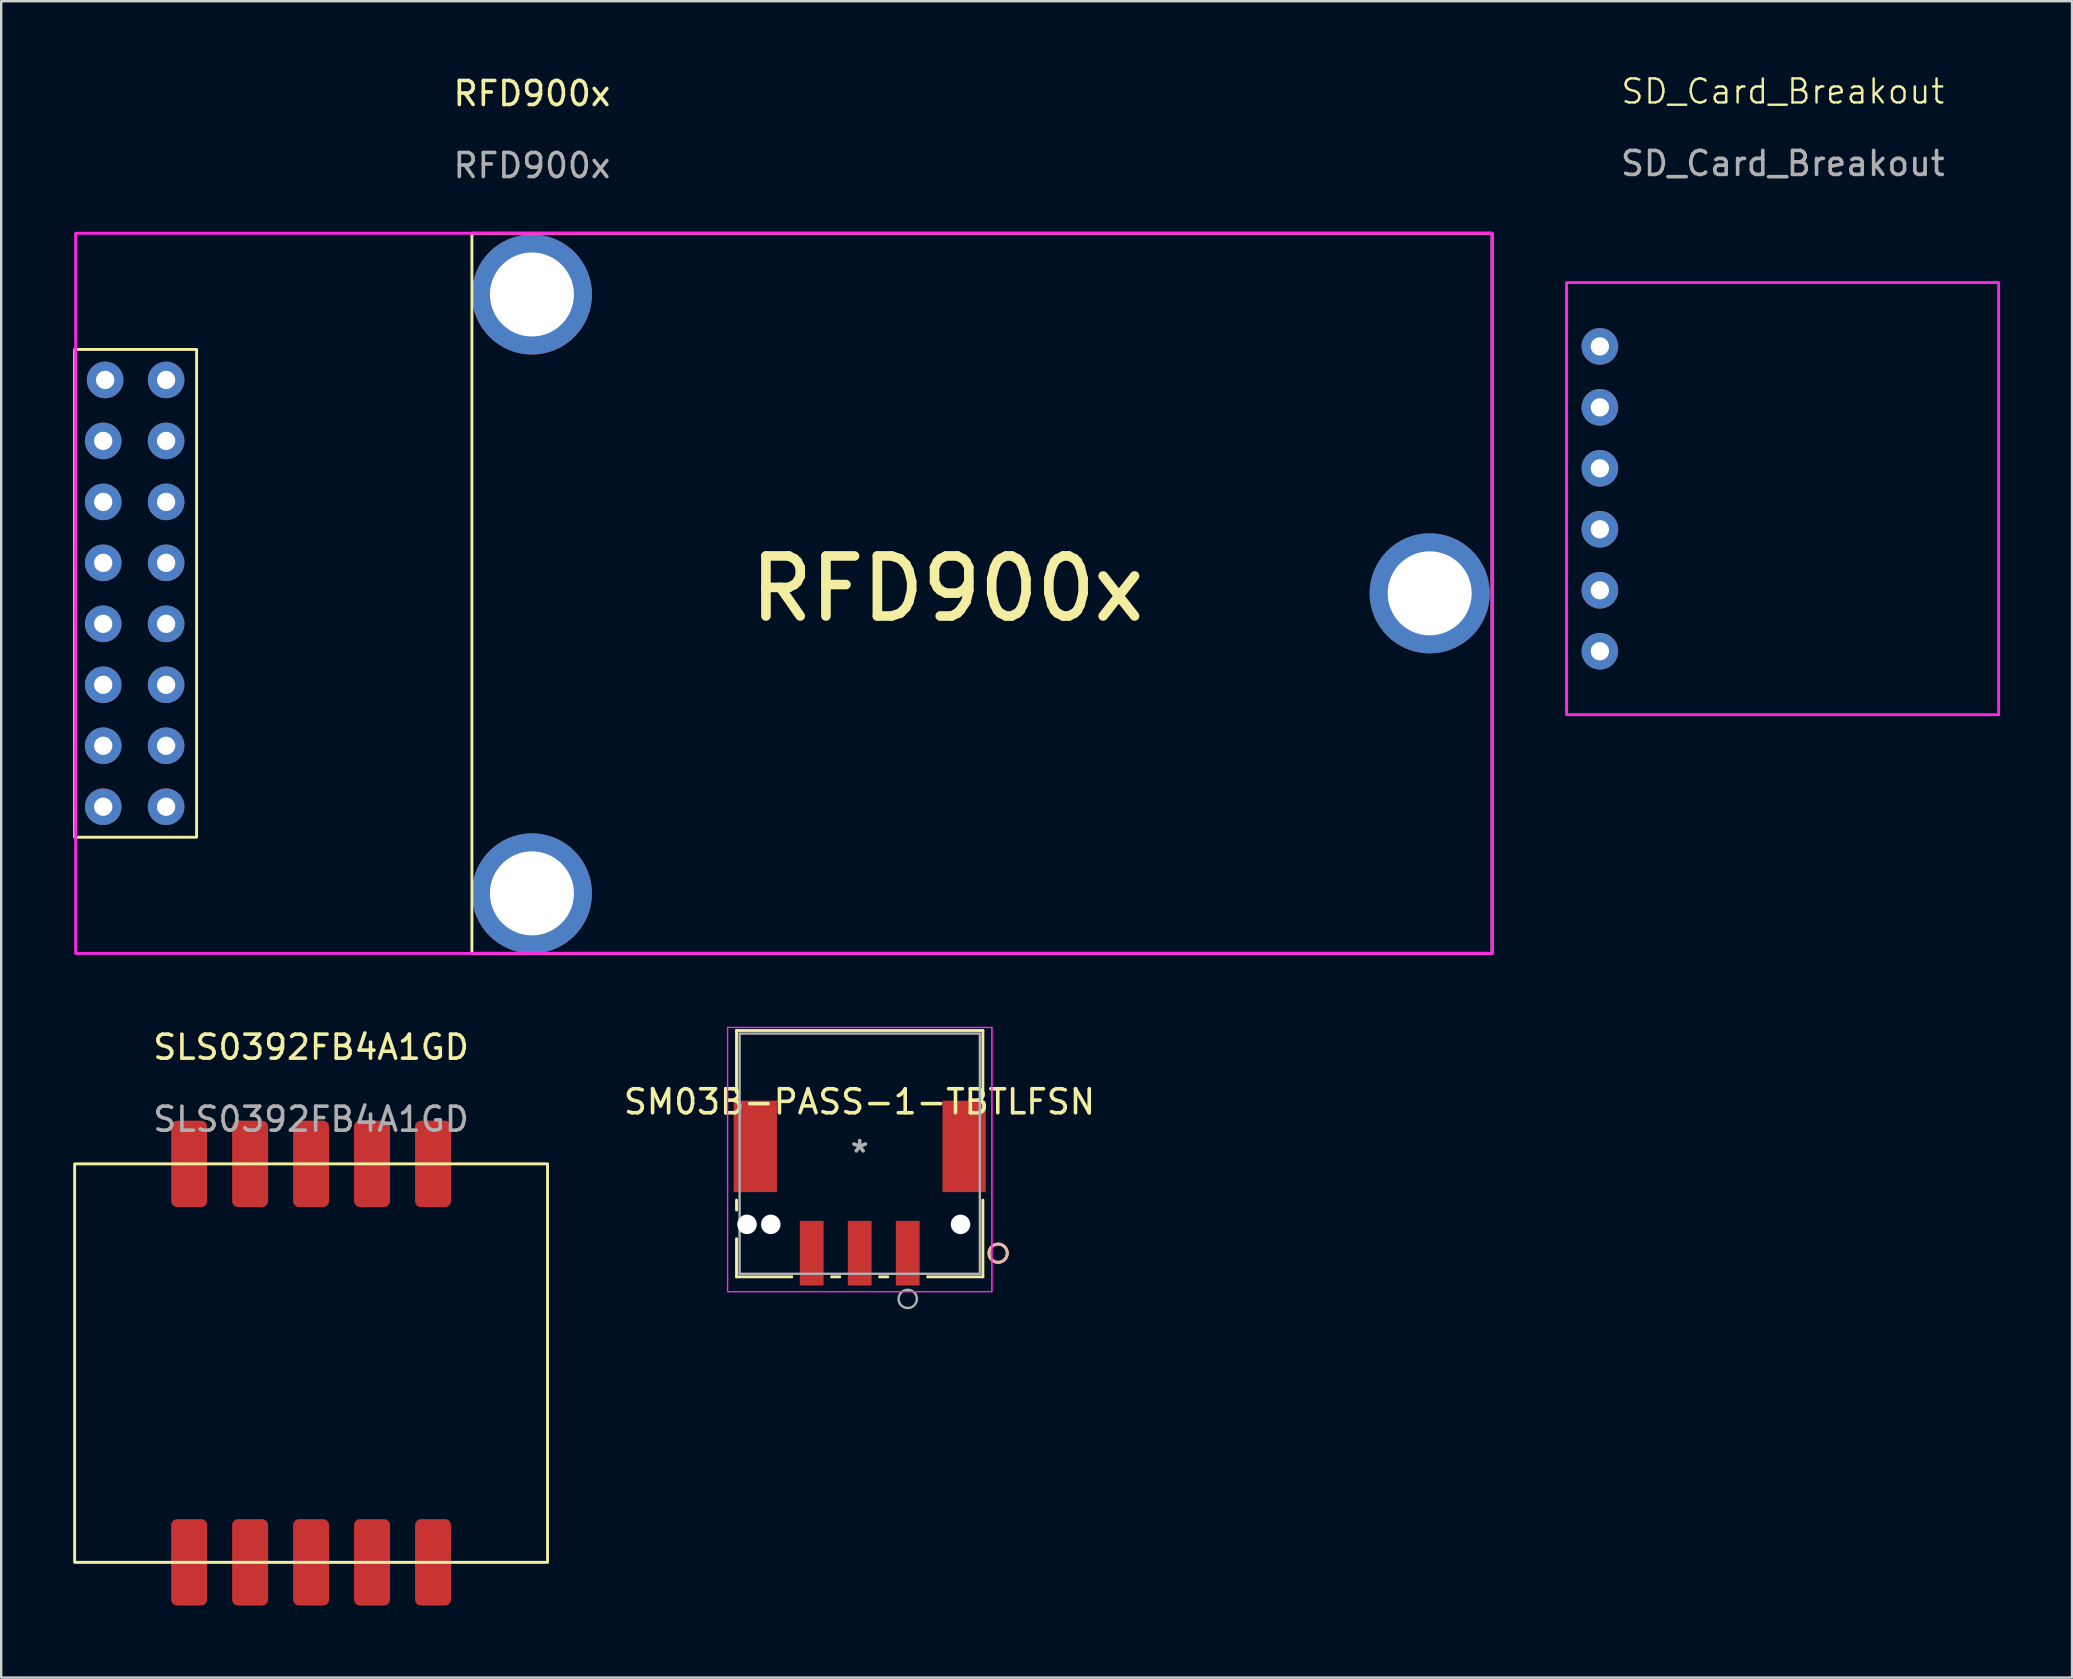
<source format=kicad_pcb>
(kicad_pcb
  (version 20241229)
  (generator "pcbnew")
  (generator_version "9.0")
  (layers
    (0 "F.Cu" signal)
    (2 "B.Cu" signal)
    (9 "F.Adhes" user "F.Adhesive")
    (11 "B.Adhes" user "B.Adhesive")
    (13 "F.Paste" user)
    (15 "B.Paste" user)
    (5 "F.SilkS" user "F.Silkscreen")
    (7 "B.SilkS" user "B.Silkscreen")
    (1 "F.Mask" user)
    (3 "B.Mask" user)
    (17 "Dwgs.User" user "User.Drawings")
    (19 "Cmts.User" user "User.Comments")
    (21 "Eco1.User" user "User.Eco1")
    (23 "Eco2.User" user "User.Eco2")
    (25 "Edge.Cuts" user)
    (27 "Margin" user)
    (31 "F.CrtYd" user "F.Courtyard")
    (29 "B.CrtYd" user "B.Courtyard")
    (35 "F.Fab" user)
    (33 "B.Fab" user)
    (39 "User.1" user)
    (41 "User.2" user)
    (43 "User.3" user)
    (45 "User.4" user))
  (footprint "RFD900x"
    (layer "F.Cu")
    (at 19.11 21.668)
    (property "Reference" "RFD900x" (at 0 -20.82 0) (unlocked yes) (layer "F.SilkS") (effects (font (size 1 1) (thickness 0.15))))
    (attr through_hole)
    (fp_rect (start -19.05 -10.16) (end -13.97 10.16) (stroke (width 0.12) (type default)) (fill no) (layer "F.SilkS"))
    (fp_rect (start -2.5 -15) (end 40 15) (stroke (width 0.12) (type default)) (fill no) (layer "F.SilkS"))
    (fp_rect (start -19.01 -15) (end 40 15) (stroke (width 0.12) (type default)) (fill no) (layer "F.CrtYd"))
    (fp_text user "RFD900x" (at 8.89 1.27 0) (unlocked yes) (layer "F.SilkS") (effects (font (size 2.5 2.5) (thickness 0.4)) (justify left bottom)))
    (fp_text user "${REFERENCE}" (at 0 -17.82 0) (unlocked yes) (layer "F.Fab") (effects (font (size 1 1) (thickness 0.15))))
    (pad "" np_thru_hole circle (at 0 -12.45) (size 5 5) (drill 3.5) (layers "*.Cu" "*.Mask"))
    (pad "" np_thru_hole circle (at 0 12.5) (size 5 5) (drill 3.5) (layers "*.Cu" "*.Mask"))
    (pad "" np_thru_hole circle (at 37.4 0) (size 5 5) (drill 3.5) (layers "*.Cu" "*.Mask"))
    (pad "1" thru_hole circle (at -17.86 8.89 180) (size 1.524 1.524) (drill 0.762) (layers "*.Cu" "*.Mask"))
    (pad "2" thru_hole circle (at -15.24 8.89 180) (size 1.524 1.524) (drill 0.762) (layers "*.Cu" "*.Mask"))
    (pad "3" thru_hole circle (at -17.86 6.35 180) (size 1.524 1.524) (drill 0.762) (layers "*.Cu" "*.Mask"))
    (pad "4" thru_hole circle (at -15.24 6.35 180) (size 1.524 1.524) (drill 0.762) (layers "*.Cu" "*.Mask"))
    (pad "5" thru_hole circle (at -17.86 3.81 180) (size 1.524 1.524) (drill 0.762) (layers "*.Cu" "*.Mask"))
    (pad "6" thru_hole circle (at -15.24 3.81 180) (size 1.524 1.524) (drill 0.762) (layers "*.Cu" "*.Mask"))
    (pad "7" thru_hole circle (at -17.86 1.27 180) (size 1.524 1.524) (drill 0.762) (layers "*.Cu" "*.Mask"))
    (pad "8" thru_hole circle (at -15.24 1.27 180) (size 1.524 1.524) (drill 0.762) (layers "*.Cu" "*.Mask"))
    (pad "9" thru_hole circle (at -17.86 -1.27 180) (size 1.524 1.524) (drill 0.762) (layers "*.Cu" "*.Mask"))
    (pad "10" thru_hole circle (at -15.24 -1.27 180) (size 1.524 1.524) (drill 0.762) (layers "*.Cu" "*.Mask"))
    (pad "11" thru_hole circle (at -17.86 -3.81 180) (size 1.524 1.524) (drill 0.762) (layers "*.Cu" "*.Mask"))
    (pad "12" thru_hole circle (at -15.24 -3.81 180) (size 1.524 1.524) (drill 0.762) (layers "*.Cu" "*.Mask"))
    (pad "13" thru_hole circle (at -17.86 -6.35 180) (size 1.524 1.524) (drill 0.762) (layers "*.Cu" "*.Mask"))
    (pad "14" thru_hole circle (at -15.24 -6.35 180) (size 1.524 1.524) (drill 0.762) (layers "*.Cu" "*.Mask"))
    (pad "15" thru_hole circle (at -17.78 -8.89 180) (size 1.524 1.524) (drill 0.762) (layers "*.Cu" "*.Mask"))
    (pad "16" thru_hole circle (at -15.24 -8.89 180) (size 1.524 1.524) (drill 0.762) (layers "*.Cu" "*.Mask")))
  (footprint "SM03B-PASS-1-TBTLFSN"
    (layer "F.Cu")
    (at 32.765 45.011)
    (property "Reference" "SM03B-PASS-1-TBTLFSN" (at -0.01 -2.16 0) (layer "F.SilkS") (effects (font (size 1 1) (thickness 0.15))))
    (attr through_hole)
    (fp_line (start -5.131 -5.131) (end -5.131 -2.542) (stroke (width 0.12) (type solid)) (layer "F.SilkS"))
    (fp_line (start -5.131 1.934) (end -5.131 2.349) (stroke (width 0.12) (type solid)) (layer "F.SilkS"))
    (fp_line (start -5.131 3.543) (end -5.131 5.131) (stroke (width 0.12) (type solid)) (layer "F.SilkS"))
    (fp_line (start -5.131 5.131) (end -2.828 5.131) (stroke (width 0.12) (type solid)) (layer "F.SilkS"))
    (fp_line (start -1.172 5.131) (end -0.828 5.131) (stroke (width 0.12) (type solid)) (layer "F.SilkS"))
    (fp_line (start 0.828 5.131) (end 1.172 5.131) (stroke (width 0.12) (type solid)) (layer "F.SilkS"))
    (fp_line (start 2.828 5.131) (end 5.131 5.131) (stroke (width 0.12) (type solid)) (layer "F.SilkS"))
    (fp_line (start 5.131 -5.131) (end -5.131 -5.131) (stroke (width 0.12) (type solid)) (layer "F.SilkS"))
    (fp_line (start 5.131 -2.542) (end 5.131 -5.131) (stroke (width 0.12) (type solid)) (layer "F.SilkS"))
    (fp_line (start 5.131 5.131) (end 5.131 1.934) (stroke (width 0.12) (type solid)) (layer "F.SilkS"))
    (fp_circle (center 5.766 4.146) (end 6.147 4.146) (stroke (width 0.12) (type solid)) (fill no) (layer "F.SilkS"))
    (fp_circle (center 5.766 4.146) (end 6.147 4.146) (stroke (width 0.12) (type solid)) (fill no) (layer "B.SilkS"))
    (fp_line (start -5.506 -5.258) (end -5.506 5.746) (stroke (width 0.05) (type solid)) (layer "F.CrtYd"))
    (fp_line (start -5.506 -5.258) (end -5.506 5.746) (stroke (width 0.05) (type solid)) (layer "F.CrtYd"))
    (fp_line (start -5.506 5.746) (end 5.506 5.746) (stroke (width 0.05) (type solid)) (layer "F.CrtYd"))
    (fp_line (start -5.506 5.746) (end 5.506 5.746) (stroke (width 0.05) (type solid)) (layer "F.CrtYd"))
    (fp_line (start 5.506 -5.258) (end -5.506 -5.258) (stroke (width 0.05) (type solid)) (layer "F.CrtYd"))
    (fp_line (start 5.506 -5.258) (end -5.506 -5.258) (stroke (width 0.05) (type solid)) (layer "F.CrtYd"))
    (fp_line (start 5.506 5.746) (end 5.506 -5.258) (stroke (width 0.05) (type solid)) (layer "F.CrtYd"))
    (fp_line (start 5.506 5.746) (end 5.506 -5.258) (stroke (width 0.05) (type solid)) (layer "F.CrtYd"))
    (fp_line (start -5.004 -5.004) (end -5.004 5.004) (stroke (width 0.1) (type solid)) (layer "F.Fab"))
    (fp_line (start -5.004 5.004) (end 5.004 5.004) (stroke (width 0.1) (type solid)) (layer "F.Fab"))
    (fp_line (start 5.004 -5.004) (end -5.004 -5.004) (stroke (width 0.1) (type solid)) (layer "F.Fab"))
    (fp_line (start 5.004 5.004) (end 5.004 -5.004) (stroke (width 0.1) (type solid)) (layer "F.Fab"))
    (fp_circle (center 2 6.051) (end 2.381 6.051) (stroke (width 0.1) (type solid)) (fill no) (layer "F.Fab"))
    (fp_text user "*" (at 0 0 0) (layer "F.Fab") (effects (font (size 1 1) (thickness 0.15))))
    (pad "" np_thru_hole circle (at -4.695 2.946) (size 0.813 0.813) (drill 0.813) (layers "*.Cu" "*.Mask"))
    (pad "" np_thru_hole circle (at -3.705 2.946) (size 0.813 0.813) (drill 0.813) (layers "*.Cu" "*.Mask"))
    (pad "" np_thru_hole circle (at 4.2 2.946) (size 0.813 0.813) (drill 0.813) (layers "*.Cu" "*.Mask"))
    (pad "1" smd rect (at 2 4.146) (size 0.991 2.692) (layers "F.Cu" "F.Mask" "F.Paste"))
    (pad "2" smd rect (at 0 4.146) (size 0.991 2.692) (layers "F.Cu" "F.Mask" "F.Paste"))
    (pad "3" smd rect (at -2 4.146) (size 0.991 2.692) (layers "F.Cu" "F.Mask" "F.Paste"))
    (pad "4" smd rect (at -4.35 -0.304) (size 1.803 3.81) (layers "F.Cu" "F.Mask" "F.Paste"))
    (pad "5" smd rect (at 4.35 -0.304) (size 1.803 3.81) (layers "F.Cu" "F.Mask" "F.Paste")))
  (footprint "SD_Card_Breakout"
    (layer "F.Cu")
    (at 71.22 17.73)
    (property "Reference" "SD_Card_Breakout" (at 0 -16.97 0) (unlocked yes) (layer "F.SilkS") (effects (font (size 1 1) (thickness 0.1))))
    (attr through_hole)
    (fp_rect (start -9 -9) (end 9 9) (stroke (width 0.1) (type default)) (fill no) (layer "F.SilkS"))
    (fp_rect (start -9 -9) (end 9 9) (stroke (width 0.1) (type default)) (fill no) (layer "F.CrtYd"))
    (fp_text user "${REFERENCE}" (at 0 -13.97 0) (unlocked yes) (layer "F.Fab") (effects (font (size 1 1) (thickness 0.15))))
    (pad "1" thru_hole circle (at -7.62 6.35 180) (size 1.524 1.524) (drill 0.762) (layers "*.Cu" "*.Mask"))
    (pad "2" thru_hole circle (at -7.62 3.81 180) (size 1.524 1.524) (drill 0.762) (layers "*.Cu" "*.Mask"))
    (pad "3" thru_hole circle (at -7.62 1.27 180) (size 1.524 1.524) (drill 0.762) (layers "*.Cu" "*.Mask"))
    (pad "4" thru_hole circle (at -7.62 -1.27 180) (size 1.524 1.524) (drill 0.762) (layers "*.Cu" "*.Mask"))
    (pad "5" thru_hole circle (at -7.62 -3.81 180) (size 1.524 1.524) (drill 0.762) (layers "*.Cu" "*.Mask"))
    (pad "6" thru_hole circle (at -7.62 -6.35 180) (size 1.524 1.524) (drill 0.762) (layers "*.Cu" "*.Mask")))
  (footprint "SLS0392FB4A1GD"
    (layer "F.Cu")
    (at 9.91 53.736)
    (property "Reference" "SLS0392FB4A1GD" (at 0 -13.16 0) (unlocked yes) (layer "F.SilkS") (effects (font (size 1 1) (thickness 0.15))))
    (attr smd)
    (fp_rect (start -9.85 -8.3) (end 9.85 8.3) (stroke (width 0.12) (type default)) (fill no) (layer "F.SilkS"))
    (fp_text user "${REFERENCE}" (at 0 -10.16 0) (unlocked yes) (layer "F.Fab") (effects (font (size 1 1) (thickness 0.15))))
    (pad "1" smd roundrect (at 5.08 8.3) (size 1.5 3.6) (layers "F.Cu" "F.Mask" "F.Paste") (roundrect_rratio 0.164))
    (pad "2" smd roundrect (at 2.54 8.3) (size 1.5 3.6) (layers "F.Cu" "F.Mask" "F.Paste") (roundrect_rratio 0.164))
    (pad "3" smd roundrect (at 0 8.3) (size 1.5 3.6) (layers "F.Cu" "F.Mask" "F.Paste") (roundrect_rratio 0.164))
    (pad "4" smd roundrect (at -2.54 8.3) (size 1.5 3.6) (layers "F.Cu" "F.Mask" "F.Paste") (roundrect_rratio 0.164))
    (pad "5" smd roundrect (at -5.08 8.3) (size 1.5 3.6) (layers "F.Cu" "F.Mask" "F.Paste") (roundrect_rratio 0.164))
    (pad "6" smd roundrect (at -5.08 -8.3) (size 1.5 3.6) (layers "F.Cu" "F.Mask" "F.Paste") (roundrect_rratio 0.164))
    (pad "7" smd roundrect (at -2.54 -8.3) (size 1.5 3.6) (layers "F.Cu" "F.Mask" "F.Paste") (roundrect_rratio 0.164))
    (pad "8" smd roundrect (at 0 -8.3) (size 1.5 3.6) (layers "F.Cu" "F.Mask" "F.Paste") (roundrect_rratio 0.164))
    (pad "9" smd roundrect (at 2.54 -8.3) (size 1.5 3.6) (layers "F.Cu" "F.Mask" "F.Paste") (roundrect_rratio 0.164))
    (pad "10" smd roundrect (at 5.08 -8.3) (size 1.5 3.6) (layers "F.Cu" "F.Mask" "F.Paste") (roundrect_rratio 0.164)))
  (gr_rect
    (start -3 -3)
    (end 83.27 66.837)
    (stroke (width 0.1) (type default))
    (fill no)
    (layer "Edge.Cuts")))
</source>
